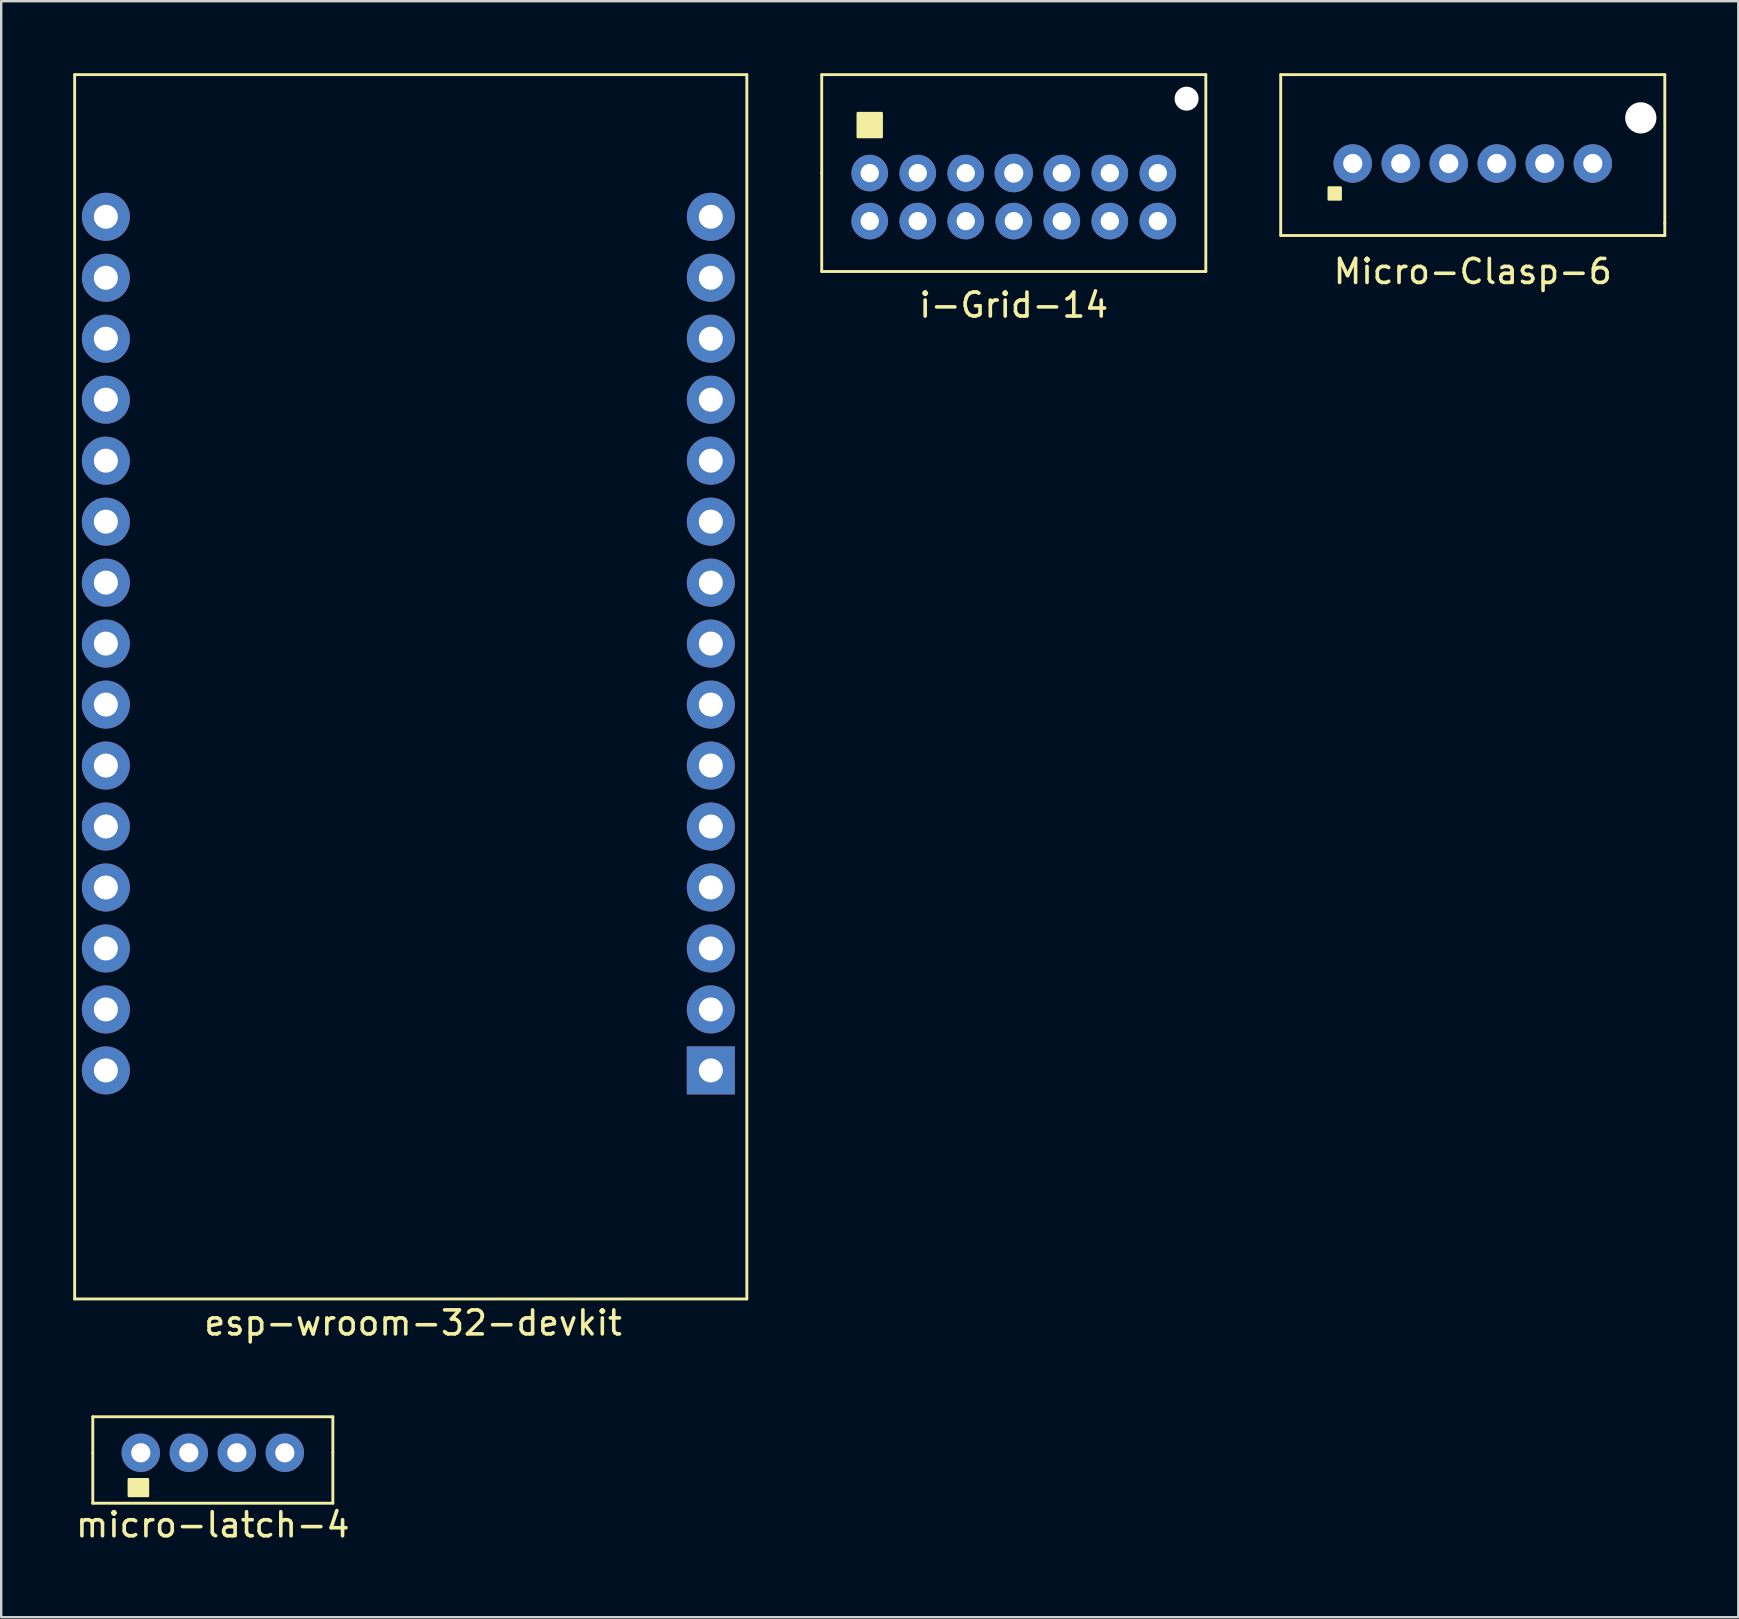
<source format=kicad_pcb>
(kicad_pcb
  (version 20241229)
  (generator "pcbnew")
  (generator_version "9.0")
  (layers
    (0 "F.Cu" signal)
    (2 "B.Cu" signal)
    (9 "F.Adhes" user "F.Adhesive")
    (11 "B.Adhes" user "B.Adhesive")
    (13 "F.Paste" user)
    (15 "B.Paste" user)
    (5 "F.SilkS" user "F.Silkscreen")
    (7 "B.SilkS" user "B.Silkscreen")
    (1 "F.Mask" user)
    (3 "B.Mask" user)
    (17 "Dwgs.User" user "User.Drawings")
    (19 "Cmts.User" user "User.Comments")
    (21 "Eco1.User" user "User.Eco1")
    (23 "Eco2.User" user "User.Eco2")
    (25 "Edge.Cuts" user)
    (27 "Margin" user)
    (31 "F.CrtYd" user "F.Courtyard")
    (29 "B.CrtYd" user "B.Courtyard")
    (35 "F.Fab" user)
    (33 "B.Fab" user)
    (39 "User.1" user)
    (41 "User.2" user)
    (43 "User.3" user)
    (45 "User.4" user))
  (footprint "micro-latch-4"
    (layer "F.Cu")
    (at 5.815 57.468)
    (property "Reference" "micro-latch-4" (at 0 3 0) (layer "F.SilkS") (effects (font (size 1 1) (thickness 0.15))))
    (attr through_hole)
    (fp_line (start -5 -1.5) (end 5 -1.5) (stroke (width 0.12) (type solid)) (layer "F.SilkS"))
    (fp_line (start -5 0) (end -5 -1.5) (stroke (width 0.12) (type solid)) (layer "F.SilkS"))
    (fp_line (start -5 0) (end -5 2.1) (stroke (width 0.12) (type solid)) (layer "F.SilkS"))
    (fp_line (start -5 2.1) (end 5 2.1) (stroke (width 0.12) (type solid)) (layer "F.SilkS"))
    (fp_line (start 5 -1.5) (end 5 0) (stroke (width 0.12) (type solid)) (layer "F.SilkS"))
    (fp_line (start 5 2.1) (end 5 0) (stroke (width 0.12) (type solid)) (layer "F.SilkS"))
    (fp_poly (pts (xy -2.7 1.8) (xy -3.5 1.8) (xy -3.5 1.1) (xy -2.7 1.1)) (stroke (width 0.1) (type solid)) (fill yes) (layer "F.SilkS"))
    (pad "1" thru_hole circle (at -3 0) (size 1.6 1.6) (drill 0.8) (layers "*.Cu" "*.Mask"))
    (pad "2" thru_hole circle (at -1 0) (size 1.6 1.6) (drill 0.8) (layers "*.Cu" "*.Mask"))
    (pad "3" thru_hole circle (at 1 0) (size 1.6 1.6) (drill 0.8) (layers "*.Cu" "*.Mask"))
    (pad "4" thru_hole circle (at 3 0) (size 1.6 1.6) (drill 0.8) (layers "*.Cu" "*.Mask")))
  (footprint "Micro-Clasp-6"
    (layer "F.Cu")
    (at 58.3 3.76)
    (property "Reference" "Micro-Clasp-6" (at 0 4.5 0) (layer "F.SilkS") (effects (font (size 1 1) (thickness 0.15))))
    (attr through_hole)
    (fp_line (start -8 -3.7) (end 8 -3.7) (stroke (width 0.12) (type solid)) (layer "F.SilkS"))
    (fp_line (start -8 3) (end -8 -3.7) (stroke (width 0.12) (type solid)) (layer "F.SilkS"))
    (fp_line (start -8 3) (end 8 3) (stroke (width 0.12) (type solid)) (layer "F.SilkS"))
    (fp_line (start 8 -3.7) (end 8 2.5) (stroke (width 0.12) (type solid)) (layer "F.SilkS"))
    (fp_line (start 8 3) (end 8 2.5) (stroke (width 0.12) (type solid)) (layer "F.SilkS"))
    (fp_poly (pts (xy -5.5 1.5) (xy -6 1.5) (xy -6 1) (xy -5.5 1)) (stroke (width 0.1) (type solid)) (fill yes) (layer "F.SilkS"))
    (pad "" np_thru_hole circle (at 7 -1.9) (size 1.3 1.3) (drill 1.3) (layers "*.Cu" "*.Mask"))
    (pad "1" thru_hole circle (at -5 0) (size 1.6 1.6) (drill 0.8) (layers "*.Cu" "*.Mask"))
    (pad "2" thru_hole circle (at -3 0) (size 1.6 1.6) (drill 0.8) (layers "*.Cu" "*.Mask"))
    (pad "3" thru_hole circle (at -1 0) (size 1.6 1.6) (drill 0.8) (layers "*.Cu" "*.Mask"))
    (pad "4" thru_hole circle (at 1 0) (size 1.6 1.6) (drill 0.8) (layers "*.Cu" "*.Mask"))
    (pad "5" thru_hole circle (at 3 0) (size 1.6 1.6) (drill 0.8) (layers "*.Cu" "*.Mask"))
    (pad "6" thru_hole circle (at 5 0) (size 1.6 1.6) (drill 0.8) (layers "*.Cu" "*.Mask")))
  (footprint "i-Grid-14"
    (layer "F.Cu")
    (at 39.18 4.16)
    (property "Reference" "i-Grid-14" (at 0 5.5 0) (layer "F.SilkS") (effects (font (size 1 1) (thickness 0.15))))
    (attr through_hole)
    (fp_line (start -8 -4.1) (end 8 -4.1) (stroke (width 0.12) (type solid)) (layer "F.SilkS"))
    (fp_line (start -8 0) (end -8 -4.1) (stroke (width 0.12) (type solid)) (layer "F.SilkS"))
    (fp_line (start -8 4.1) (end -8 0) (stroke (width 0.12) (type solid)) (layer "F.SilkS"))
    (fp_line (start 8 -4.1) (end 8 4.1) (stroke (width 0.12) (type solid)) (layer "F.SilkS"))
    (fp_line (start 8 4.1) (end -8 4.1) (stroke (width 0.12) (type solid)) (layer "F.SilkS"))
    (fp_poly (pts (xy -5.5 -1.5) (xy -6.5 -1.5) (xy -6.5 -2.5) (xy -5.5 -2.5)) (stroke (width 0.1) (type solid)) (fill yes) (layer "F.SilkS"))
    (pad "" np_thru_hole circle (at 7.2 -3.1) (size 1 1) (drill 1) (layers "*.Cu" "*.Mask"))
    (pad "1" thru_hole circle (at -6 0) (size 1.524 1.524) (drill 0.762) (layers "*.Cu" "*.Mask"))
    (pad "2" thru_hole circle (at -6 2) (size 1.524 1.524) (drill 0.762) (layers "*.Cu" "*.Mask"))
    (pad "3" thru_hole circle (at -4 0) (size 1.524 1.524) (drill 0.762) (layers "*.Cu" "*.Mask"))
    (pad "4" thru_hole circle (at -4 2) (size 1.524 1.524) (drill 0.762) (layers "*.Cu" "*.Mask"))
    (pad "5" thru_hole circle (at -2 0) (size 1.524 1.524) (drill 0.762) (layers "*.Cu" "*.Mask"))
    (pad "6" thru_hole circle (at -2 2) (size 1.524 1.524) (drill 0.762) (layers "*.Cu" "*.Mask"))
    (pad "7" thru_hole circle (at 0 0) (size 1.6 1.6) (drill 0.8) (layers "*.Cu" "*.Mask"))
    (pad "8" thru_hole circle (at 0 2) (size 1.524 1.524) (drill 0.762) (layers "*.Cu" "*.Mask"))
    (pad "9" thru_hole circle (at 2 0) (size 1.524 1.524) (drill 0.762) (layers "*.Cu" "*.Mask"))
    (pad "10" thru_hole circle (at 2 2) (size 1.524 1.524) (drill 0.762) (layers "*.Cu" "*.Mask"))
    (pad "11" thru_hole circle (at 4 0) (size 1.524 1.524) (drill 0.762) (layers "*.Cu" "*.Mask"))
    (pad "12" thru_hole circle (at 4 2) (size 1.524 1.524) (drill 0.762) (layers "*.Cu" "*.Mask"))
    (pad "13" thru_hole circle (at 6 0) (size 1.524 1.524) (drill 0.762) (layers "*.Cu" "*.Mask"))
    (pad "14" thru_hole circle (at 6 2) (size 1.524 1.524) (drill 0.762) (layers "*.Cu" "*.Mask")))
  (footprint "esp-wroom-32-devkit"
    (layer "F.Cu")
    (at 14.06 25.06)
    (property "Reference" "esp-wroom-32-devkit" (at 0.1 27 0) (layer "F.SilkS") (effects (font (size 1 1) (thickness 0.15))))
    (attr through_hole)
    (fp_line (start -14 -25) (end -14 26) (stroke (width 0.12) (type solid)) (layer "F.SilkS"))
    (fp_line (start -14 26) (end 14 26) (stroke (width 0.12) (type solid)) (layer "F.SilkS"))
    (fp_line (start 14 -25) (end -14 -25) (stroke (width 0.12) (type solid)) (layer "F.SilkS"))
    (fp_line (start 14 26) (end 14 -25) (stroke (width 0.12) (type solid)) (layer "F.SilkS"))
    (pad "1" thru_hole rect (at 12.5 16.48 180) (size 2 2) (drill 1) (layers "*.Cu" "*.Mask"))
    (pad "2" thru_hole circle (at 12.5 13.94 180) (size 2 2) (drill 1) (layers "*.Cu" "*.Mask"))
    (pad "3" thru_hole circle (at 12.5 11.4 180) (size 2 2) (drill 1) (layers "*.Cu" "*.Mask"))
    (pad "4" thru_hole circle (at 12.5 8.86 180) (size 2 2) (drill 1) (layers "*.Cu" "*.Mask"))
    (pad "5" thru_hole circle (at 12.5 6.32 180) (size 2 2) (drill 1) (layers "*.Cu" "*.Mask"))
    (pad "6" thru_hole circle (at 12.5 3.78 180) (size 2 2) (drill 1) (layers "*.Cu" "*.Mask"))
    (pad "7" thru_hole circle (at 12.5 1.24 180) (size 2 2) (drill 1) (layers "*.Cu" "*.Mask"))
    (pad "8" thru_hole circle (at 12.5 -1.3 180) (size 2 2) (drill 1) (layers "*.Cu" "*.Mask"))
    (pad "9" thru_hole circle (at 12.5 -3.84 180) (size 2 2) (drill 1) (layers "*.Cu" "*.Mask"))
    (pad "10" thru_hole circle (at 12.5 -6.38 180) (size 2 2) (drill 1) (layers "*.Cu" "*.Mask"))
    (pad "11" thru_hole circle (at 12.5 -8.92 180) (size 2 2) (drill 1) (layers "*.Cu" "*.Mask"))
    (pad "12" thru_hole circle (at 12.5 -11.46 180) (size 2 2) (drill 1) (layers "*.Cu" "*.Mask"))
    (pad "13" thru_hole circle (at 12.5 -14 180) (size 2 2) (drill 1) (layers "*.Cu" "*.Mask"))
    (pad "14" thru_hole circle (at 12.5 -16.54 180) (size 2 2) (drill 1) (layers "*.Cu" "*.Mask"))
    (pad "15" thru_hole circle (at 12.5 -19.08 180) (size 2 2) (drill 1) (layers "*.Cu" "*.Mask"))
    (pad "16" thru_hole circle (at -12.7 16.48 180) (size 2 2) (drill 1) (layers "*.Cu" "*.Mask"))
    (pad "17" thru_hole circle (at -12.7 13.94 180) (size 2 2) (drill 1) (layers "*.Cu" "*.Mask"))
    (pad "18" thru_hole circle (at -12.7 11.4 180) (size 2 2) (drill 1) (layers "*.Cu" "*.Mask"))
    (pad "19" thru_hole circle (at -12.7 8.86 180) (size 2 2) (drill 1) (layers "*.Cu" "*.Mask"))
    (pad "20" thru_hole circle (at -12.7 6.32 180) (size 2 2) (drill 1) (layers "*.Cu" "*.Mask"))
    (pad "21" thru_hole circle (at -12.7 3.78 180) (size 2 2) (drill 1) (layers "*.Cu" "*.Mask"))
    (pad "22" thru_hole circle (at -12.7 1.24 180) (size 2 2) (drill 1) (layers "*.Cu" "*.Mask"))
    (pad "23" thru_hole circle (at -12.7 -1.3 180) (size 2 2) (drill 1) (layers "*.Cu" "*.Mask"))
    (pad "24" thru_hole circle (at -12.7 -3.84 180) (size 2 2) (drill 1) (layers "*.Cu" "*.Mask"))
    (pad "25" thru_hole circle (at -12.7 -6.38 180) (size 2 2) (drill 1) (layers "*.Cu" "*.Mask"))
    (pad "26" thru_hole circle (at -12.7 -8.92 180) (size 2 2) (drill 1) (layers "*.Cu" "*.Mask"))
    (pad "27" thru_hole circle (at -12.7 -11.46 180) (size 2 2) (drill 1) (layers "*.Cu" "*.Mask"))
    (pad "28" thru_hole circle (at -12.7 -14 180) (size 2 2) (drill 1) (layers "*.Cu" "*.Mask"))
    (pad "29" thru_hole circle (at -12.7 -16.54 180) (size 2 2) (drill 1) (layers "*.Cu" "*.Mask"))
    (pad "30" thru_hole circle (at -12.7 -19.08 180) (size 2 2) (drill 1) (layers "*.Cu" "*.Mask")))
  (gr_rect
    (start -3 -3)
    (end 69.36 64.317)
    (stroke (width 0.1) (type default))
    (fill no)
    (layer "Edge.Cuts")))
</source>
